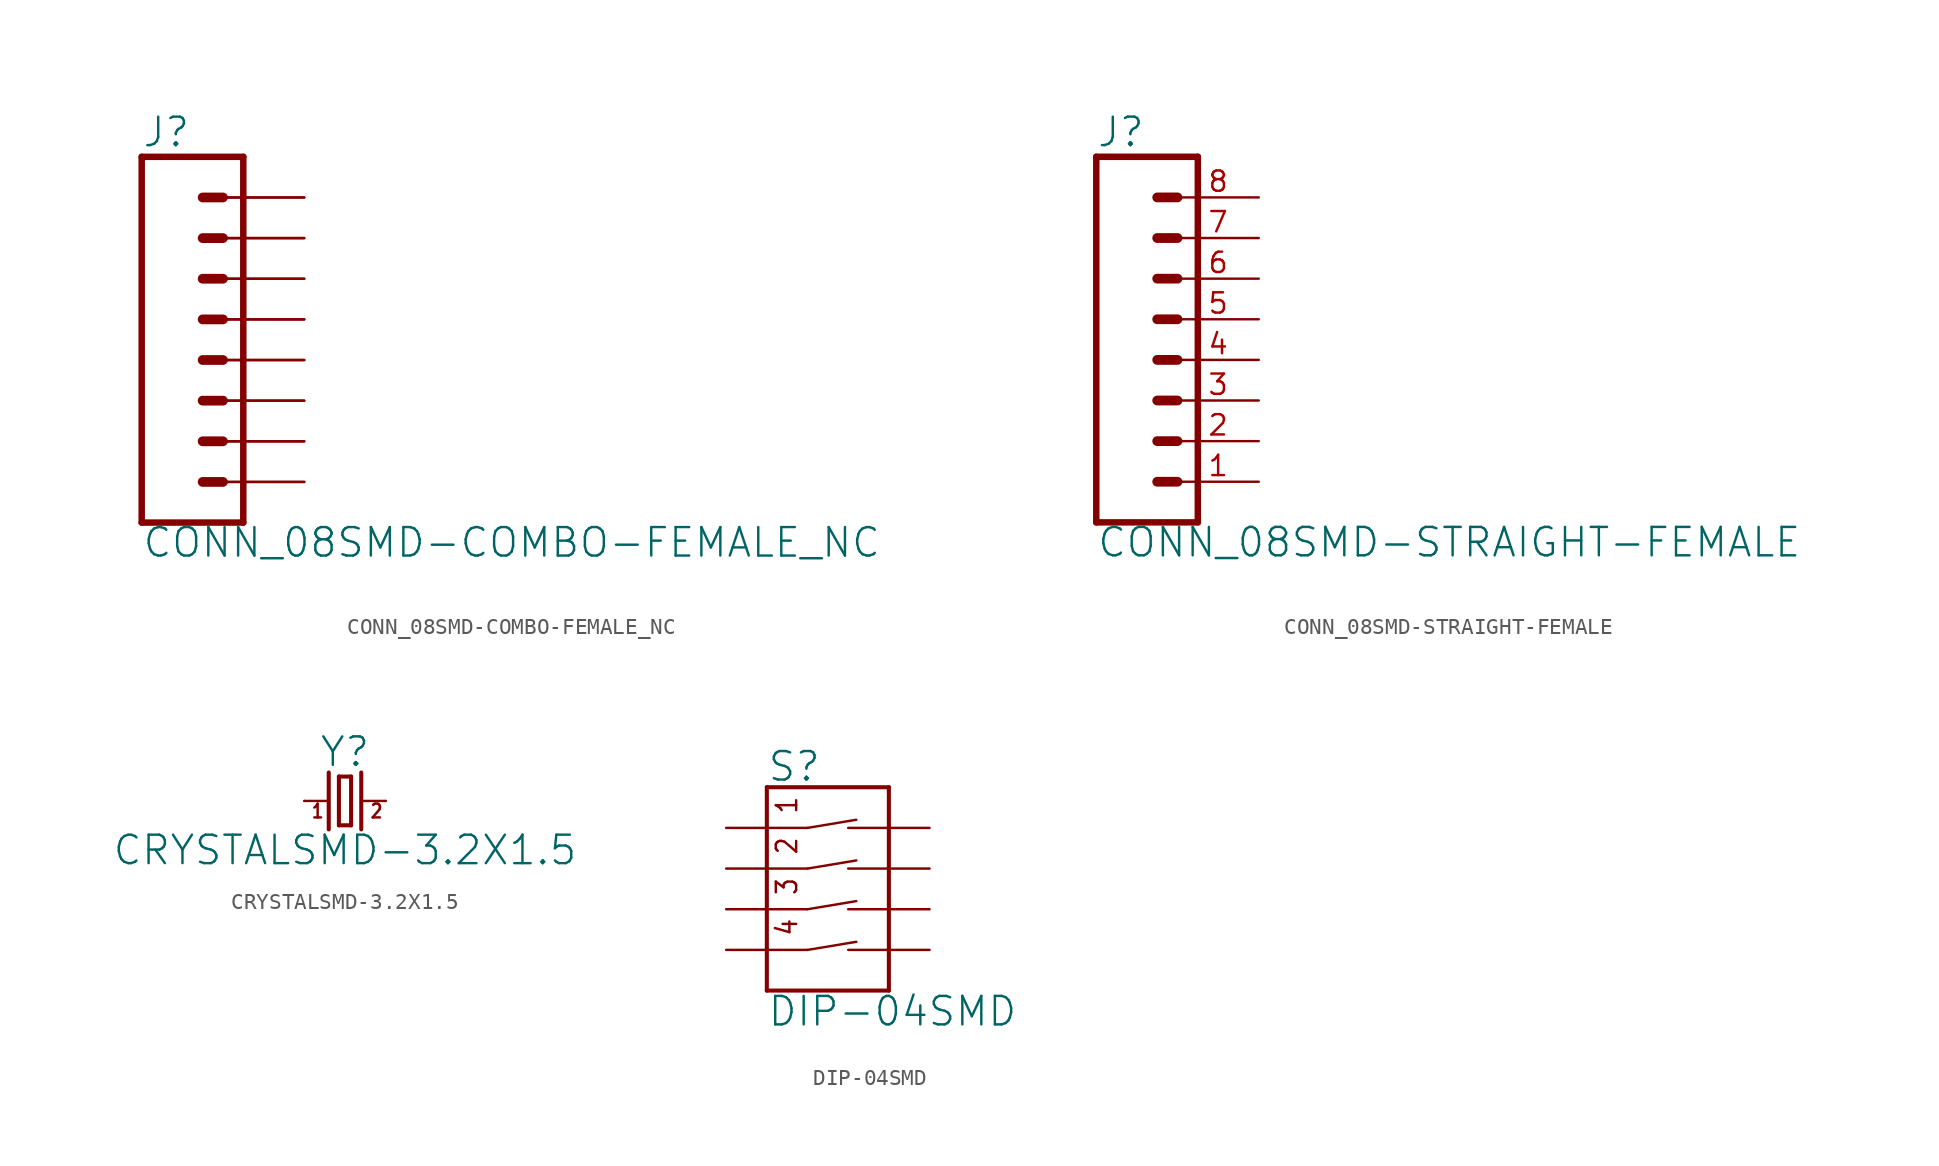
<source format=kicad_sym>
(kicad_symbol_lib
  (version 20211014)
  (generator kicad_symbol_editor)
  (symbol "CONN_08SMD-COMBO-FEMALE_NC"
    (property "Reference" "J"
      (at -5.08 13.208 0)
      (effects (font (size 1.778 1.778)) (justify left bottom)))
    (property "Value" "CONN_08SMD-COMBO-FEMALE_NC"
      (at -5.08 -12.446 0)
      (effects (font (size 1.778 1.778)) (justify left bottom)))
    (property "ki_locked" ""
      (at 0 0 0)
      (effects (font (size 1.27 1.27))))
    (symbol "CONN_08SMD-COMBO-FEMALE_NC_1_0"
      (polyline (pts (xy -5.08 12.7) (xy -5.08 -10.16)) (stroke (width 0.406) (type default) (color 0 0 0 0)) (fill (type none)))
      (polyline (pts (xy -5.08 12.7) (xy 1.27 12.7)) (stroke (width 0.406) (type default) (color 0 0 0 0)) (fill (type none)))
      (polyline (pts (xy -1.27 -7.62) (xy 0 -7.62)) (stroke (width 0.61) (type default) (color 0 0 0 0)) (fill (type none)))
      (polyline (pts (xy -1.27 -5.08) (xy 0 -5.08)) (stroke (width 0.61) (type default) (color 0 0 0 0)) (fill (type none)))
      (polyline (pts (xy -1.27 -2.54) (xy 0 -2.54)) (stroke (width 0.61) (type default) (color 0 0 0 0)) (fill (type none)))
      (polyline (pts (xy -1.27 0) (xy 0 0)) (stroke (width 0.61) (type default) (color 0 0 0 0)) (fill (type none)))
      (polyline (pts (xy -1.27 2.54) (xy 0 2.54)) (stroke (width 0.61) (type default) (color 0 0 0 0)) (fill (type none)))
      (polyline (pts (xy -1.27 5.08) (xy 0 5.08)) (stroke (width 0.61) (type default) (color 0 0 0 0)) (fill (type none)))
      (polyline (pts (xy -1.27 7.62) (xy 0 7.62)) (stroke (width 0.61) (type default) (color 0 0 0 0)) (fill (type none)))
      (polyline (pts (xy -1.27 10.16) (xy 0 10.16)) (stroke (width 0.61) (type default) (color 0 0 0 0)) (fill (type none)))
      (polyline (pts (xy 1.27 -10.16) (xy -5.08 -10.16)) (stroke (width 0.406) (type default) (color 0 0 0 0)) (fill (type none)))
      (polyline (pts (xy 1.27 -10.16) (xy 1.27 12.7)) (stroke (width 0.406) (type default) (color 0 0 0 0)) (fill (type none)))
      (pin passive line (at 5.08 -7.62 180) (length 5.08) (name "1" (effects (font (size 0 0)))) (number "1" (effects (font (size 0 0)))))
      (pin passive line (at 5.08 -7.62 180) (length 5.08) (name "1" (effects (font (size 0 0)))) (number "1@2" (effects (font (size 0 0)))))
      (pin passive line (at 5.08 -5.08 180) (length 5.08) (name "2" (effects (font (size 0 0)))) (number "2" (effects (font (size 0 0)))))
      (pin passive line (at 5.08 -5.08 180) (length 5.08) (name "2" (effects (font (size 0 0)))) (number "2@2" (effects (font (size 0 0)))))
      (pin passive line (at 5.08 -2.54 180) (length 5.08) (name "3" (effects (font (size 0 0)))) (number "3" (effects (font (size 0 0)))))
      (pin passive line (at 5.08 -2.54 180) (length 5.08) (name "3" (effects (font (size 0 0)))) (number "3@2" (effects (font (size 0 0)))))
      (pin passive line (at 5.08 0 180) (length 5.08) (name "4" (effects (font (size 0 0)))) (number "4" (effects (font (size 0 0)))))
      (pin passive line (at 5.08 0 180) (length 5.08) (name "4" (effects (font (size 0 0)))) (number "4@2" (effects (font (size 0 0)))))
      (pin passive line (at 5.08 2.54 180) (length 5.08) (name "5" (effects (font (size 0 0)))) (number "5" (effects (font (size 0 0)))))
      (pin passive line (at 5.08 2.54 180) (length 5.08) (name "5" (effects (font (size 0 0)))) (number "5@2" (effects (font (size 0 0)))))
      (pin passive line (at 5.08 5.08 180) (length 5.08) (name "6" (effects (font (size 0 0)))) (number "6" (effects (font (size 0 0)))))
      (pin passive line (at 5.08 5.08 180) (length 5.08) (name "6" (effects (font (size 0 0)))) (number "6@2" (effects (font (size 0 0)))))
      (pin passive line (at 5.08 7.62 180) (length 5.08) (name "7" (effects (font (size 0 0)))) (number "7" (effects (font (size 0 0)))))
      (pin passive line (at 5.08 7.62 180) (length 5.08) (name "7" (effects (font (size 0 0)))) (number "7@2" (effects (font (size 0 0)))))
      (pin passive line (at 5.08 10.16 180) (length 5.08) (name "8" (effects (font (size 0 0)))) (number "8" (effects (font (size 0 0)))))
      (pin passive line (at 5.08 10.16 180) (length 5.08) (name "8" (effects (font (size 0 0)))) (number "8@2" (effects (font (size 0 0)))))))
  (symbol "CONN_08SMD-STRAIGHT-FEMALE"
    (property "Reference" "J"
      (at -5.08 13.208 0)
      (effects (font (size 1.778 1.778)) (justify left bottom)))
    (property "Value" "CONN_08SMD-STRAIGHT-FEMALE"
      (at -5.08 -12.446 0)
      (effects (font (size 1.778 1.778)) (justify left bottom)))
    (property "ki_locked" ""
      (at 0 0 0)
      (effects (font (size 1.27 1.27))))
    (symbol "CONN_08SMD-STRAIGHT-FEMALE_1_0"
      (polyline (pts (xy -5.08 12.7) (xy -5.08 -10.16)) (stroke (width 0.406) (type default) (color 0 0 0 0)) (fill (type none)))
      (polyline (pts (xy -5.08 12.7) (xy 1.27 12.7)) (stroke (width 0.406) (type default) (color 0 0 0 0)) (fill (type none)))
      (polyline (pts (xy -1.27 -7.62) (xy 0 -7.62)) (stroke (width 0.61) (type default) (color 0 0 0 0)) (fill (type none)))
      (polyline (pts (xy -1.27 -5.08) (xy 0 -5.08)) (stroke (width 0.61) (type default) (color 0 0 0 0)) (fill (type none)))
      (polyline (pts (xy -1.27 -2.54) (xy 0 -2.54)) (stroke (width 0.61) (type default) (color 0 0 0 0)) (fill (type none)))
      (polyline (pts (xy -1.27 0) (xy 0 0)) (stroke (width 0.61) (type default) (color 0 0 0 0)) (fill (type none)))
      (polyline (pts (xy -1.27 2.54) (xy 0 2.54)) (stroke (width 0.61) (type default) (color 0 0 0 0)) (fill (type none)))
      (polyline (pts (xy -1.27 5.08) (xy 0 5.08)) (stroke (width 0.61) (type default) (color 0 0 0 0)) (fill (type none)))
      (polyline (pts (xy -1.27 7.62) (xy 0 7.62)) (stroke (width 0.61) (type default) (color 0 0 0 0)) (fill (type none)))
      (polyline (pts (xy -1.27 10.16) (xy 0 10.16)) (stroke (width 0.61) (type default) (color 0 0 0 0)) (fill (type none)))
      (polyline (pts (xy 1.27 -10.16) (xy -5.08 -10.16)) (stroke (width 0.406) (type default) (color 0 0 0 0)) (fill (type none)))
      (polyline (pts (xy 1.27 -10.16) (xy 1.27 12.7)) (stroke (width 0.406) (type default) (color 0 0 0 0)) (fill (type none)))
      (pin passive line (at 5.08 -7.62 180) (length 5.08) (name "1" (effects (font (size 0 0)))) (number "1" (effects (font (size 1.27 1.27)))))
      (pin passive line (at 5.08 -5.08 180) (length 5.08) (name "2" (effects (font (size 0 0)))) (number "2" (effects (font (size 1.27 1.27)))))
      (pin passive line (at 5.08 -2.54 180) (length 5.08) (name "3" (effects (font (size 0 0)))) (number "3" (effects (font (size 1.27 1.27)))))
      (pin passive line (at 5.08 0 180) (length 5.08) (name "4" (effects (font (size 0 0)))) (number "4" (effects (font (size 1.27 1.27)))))
      (pin passive line (at 5.08 2.54 180) (length 5.08) (name "5" (effects (font (size 0 0)))) (number "5" (effects (font (size 1.27 1.27)))))
      (pin passive line (at 5.08 5.08 180) (length 5.08) (name "6" (effects (font (size 0 0)))) (number "6" (effects (font (size 1.27 1.27)))))
      (pin passive line (at 5.08 7.62 180) (length 5.08) (name "7" (effects (font (size 0 0)))) (number "7" (effects (font (size 1.27 1.27)))))
      (pin passive line (at 5.08 10.16 180) (length 5.08) (name "8" (effects (font (size 0 0)))) (number "8" (effects (font (size 1.27 1.27)))))))
  (symbol "CRYSTALSMD-3.2X1.5"
    (property "Reference" "Y"
      (at 0 2.032 0)
      (effects (font (size 1.778 1.778)) (justify bottom)))
    (property "Value" "CRYSTALSMD-3.2X1.5"
      (at 0 -2.032 0)
      (effects (font (size 1.778 1.778)) (justify top)))
    (property "ki_locked" ""
      (at 0 0 0)
      (effects (font (size 1.27 1.27))))
    (symbol "CRYSTALSMD-3.2X1.5_1_0"
      (polyline (pts (xy -2.54 0) (xy -1.016 0)) (stroke (width 0.152) (type default) (color 0 0 0 0)) (fill (type none)))
      (polyline (pts (xy -1.016 1.778) (xy -1.016 -1.778)) (stroke (width 0.254) (type default) (color 0 0 0 0)) (fill (type none)))
      (polyline (pts (xy -0.381 -1.524) (xy 0.381 -1.524)) (stroke (width 0.254) (type default) (color 0 0 0 0)) (fill (type none)))
      (polyline (pts (xy -0.381 1.524) (xy -0.381 -1.524)) (stroke (width 0.254) (type default) (color 0 0 0 0)) (fill (type none)))
      (polyline (pts (xy 0.381 -1.524) (xy 0.381 1.524)) (stroke (width 0.254) (type default) (color 0 0 0 0)) (fill (type none)))
      (polyline (pts (xy 0.381 1.524) (xy -0.381 1.524)) (stroke (width 0.254) (type default) (color 0 0 0 0)) (fill (type none)))
      (polyline (pts (xy 1.016 0) (xy 2.54 0)) (stroke (width 0.152) (type default) (color 0 0 0 0)) (fill (type none)))
      (polyline (pts (xy 1.016 1.778) (xy 1.016 -1.778)) (stroke (width 0.254) (type default) (color 0 0 0 0)) (fill (type none)))
      (text "1" (at -2.159 -1.143 0) (effects (font (size 0.864 0.734)) (justify left bottom)))
      (text "2" (at 1.524 -1.143 0) (effects (font (size 0.864 0.734)) (justify left bottom)))
      (pin passive line (at -2.54 0 0) (length 0) (name "1" (effects (font (size 0 0)))) (number "P$1" (effects (font (size 0 0)))))
      (pin passive line (at 2.54 0 180) (length 0) (name "2" (effects (font (size 0 0)))) (number "P$2" (effects (font (size 0 0)))))))
  (symbol "DIP-04SMD"
    (property "Reference" "S"
      (at -5.08 5.334 0)
      (effects (font (size 1.778 1.778)) (justify left bottom)))
    (property "Value" "DIP-04SMD"
      (at -5.08 -7.874 0)
      (effects (font (size 1.778 1.778)) (justify left top)))
    (property "ki_locked" ""
      (at 0 0 0)
      (effects (font (size 1.27 1.27))))
    (symbol "DIP-04SMD_1_0"
      (polyline (pts (xy -5.08 -7.62) (xy -5.08 5.08)) (stroke (width 0.254) (type default) (color 0 0 0 0)) (fill (type none)))
      (polyline (pts (xy -5.08 -5.08) (xy -2.54 -5.08)) (stroke (width 0.152) (type default) (color 0 0 0 0)) (fill (type none)))
      (polyline (pts (xy -5.08 -2.54) (xy -2.54 -2.54)) (stroke (width 0.152) (type default) (color 0 0 0 0)) (fill (type none)))
      (polyline (pts (xy -5.08 0) (xy -2.54 0)) (stroke (width 0.152) (type default) (color 0 0 0 0)) (fill (type none)))
      (polyline (pts (xy -5.08 2.54) (xy -2.54 2.54)) (stroke (width 0.152) (type default) (color 0 0 0 0)) (fill (type none)))
      (polyline (pts (xy -5.08 5.08) (xy 2.54 5.08)) (stroke (width 0.254) (type default) (color 0 0 0 0)) (fill (type none)))
      (polyline (pts (xy -2.54 -5.08) (xy 0.508 -4.572)) (stroke (width 0.152) (type default) (color 0 0 0 0)) (fill (type none)))
      (polyline (pts (xy -2.54 -2.54) (xy 0.508 -2.032)) (stroke (width 0.152) (type default) (color 0 0 0 0)) (fill (type none)))
      (polyline (pts (xy -2.54 0) (xy 0.508 0.508)) (stroke (width 0.152) (type default) (color 0 0 0 0)) (fill (type none)))
      (polyline (pts (xy -2.54 2.54) (xy 0.508 3.048)) (stroke (width 0.152) (type default) (color 0 0 0 0)) (fill (type none)))
      (polyline (pts (xy 2.54 -7.62) (xy -5.08 -7.62)) (stroke (width 0.254) (type default) (color 0 0 0 0)) (fill (type none)))
      (polyline (pts (xy 2.54 -5.08) (xy 0 -5.08)) (stroke (width 0.152) (type default) (color 0 0 0 0)) (fill (type none)))
      (polyline (pts (xy 2.54 -2.54) (xy 0 -2.54)) (stroke (width 0.152) (type default) (color 0 0 0 0)) (fill (type none)))
      (polyline (pts (xy 2.54 0) (xy 0 0)) (stroke (width 0.152) (type default) (color 0 0 0 0)) (fill (type none)))
      (polyline (pts (xy 2.54 2.54) (xy 0 2.54)) (stroke (width 0.152) (type default) (color 0 0 0 0)) (fill (type none)))
      (polyline (pts (xy 2.54 5.08) (xy 2.54 -7.62)) (stroke (width 0.254) (type default) (color 0 0 0 0)) (fill (type none)))
      (text "1" (at -4.572 4.572 900) (effects (font (size 1.27 1.079)) (justify right top)))
      (text "2" (at -4.572 2.032 900) (effects (font (size 1.27 1.079)) (justify right top)))
      (text "3" (at -4.572 -0.508 900) (effects (font (size 1.27 1.079)) (justify right top)))
      (text "4" (at -4.572 -3.048 900) (effects (font (size 1.27 1.079)) (justify right top)))
      (pin bidirectional line (at 5.08 2.54 180) (length 2.54) (name "1A" (effects (font (size 0 0)))) (number "1" (effects (font (size 0 0)))))
      (pin bidirectional line (at 5.08 0 180) (length 2.54) (name "2A" (effects (font (size 0 0)))) (number "2" (effects (font (size 0 0)))))
      (pin bidirectional line (at 5.08 -2.54 180) (length 2.54) (name "3A" (effects (font (size 0 0)))) (number "3" (effects (font (size 0 0)))))
      (pin bidirectional line (at 5.08 -5.08 180) (length 2.54) (name "4A" (effects (font (size 0 0)))) (number "4" (effects (font (size 0 0)))))
      (pin bidirectional line (at -7.62 -5.08 0) (length 2.54) (name "4B" (effects (font (size 0 0)))) (number "5" (effects (font (size 0 0)))))
      (pin bidirectional line (at -7.62 -2.54 0) (length 2.54) (name "3B" (effects (font (size 0 0)))) (number "6" (effects (font (size 0 0)))))
      (pin bidirectional line (at -7.62 0 0) (length 2.54) (name "2B" (effects (font (size 0 0)))) (number "7" (effects (font (size 0 0)))))
      (pin bidirectional line (at -7.62 2.54 0) (length 2.54) (name "1B" (effects (font (size 0 0)))) (number "8" (effects (font (size 0 0))))))))
</source>
